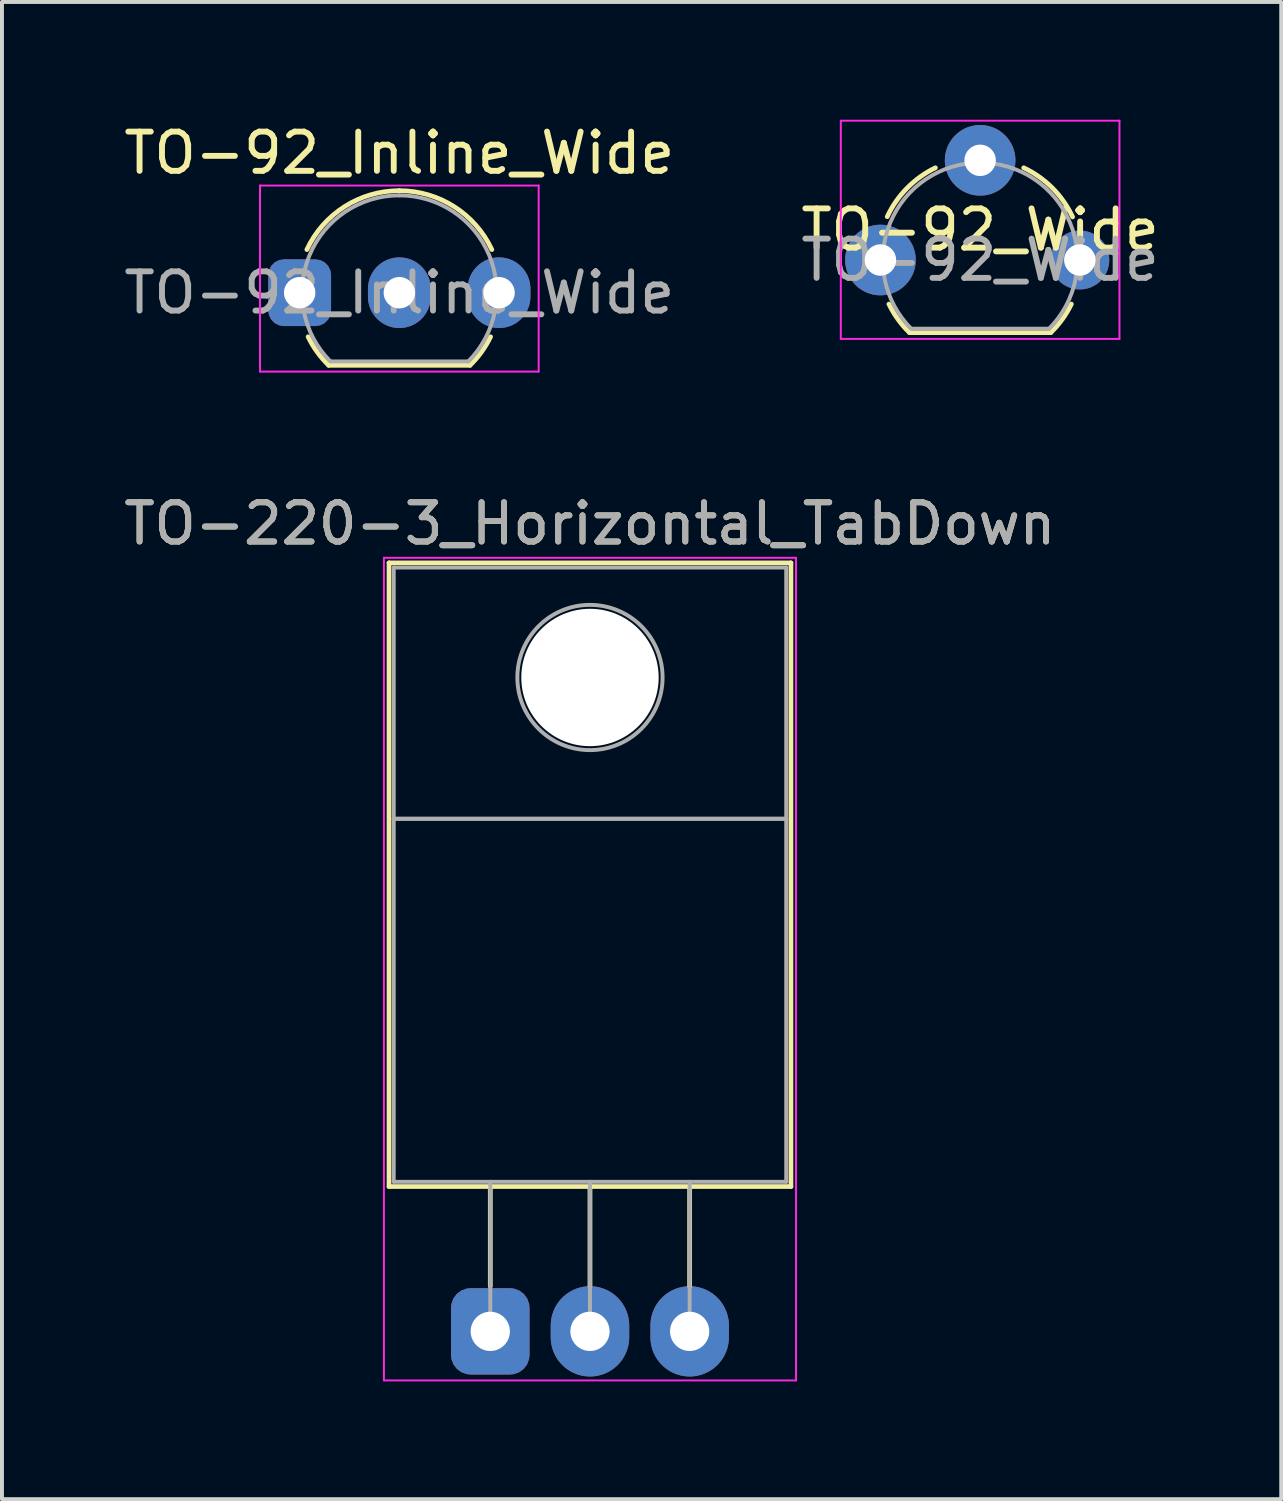
<source format=kicad_pcb>
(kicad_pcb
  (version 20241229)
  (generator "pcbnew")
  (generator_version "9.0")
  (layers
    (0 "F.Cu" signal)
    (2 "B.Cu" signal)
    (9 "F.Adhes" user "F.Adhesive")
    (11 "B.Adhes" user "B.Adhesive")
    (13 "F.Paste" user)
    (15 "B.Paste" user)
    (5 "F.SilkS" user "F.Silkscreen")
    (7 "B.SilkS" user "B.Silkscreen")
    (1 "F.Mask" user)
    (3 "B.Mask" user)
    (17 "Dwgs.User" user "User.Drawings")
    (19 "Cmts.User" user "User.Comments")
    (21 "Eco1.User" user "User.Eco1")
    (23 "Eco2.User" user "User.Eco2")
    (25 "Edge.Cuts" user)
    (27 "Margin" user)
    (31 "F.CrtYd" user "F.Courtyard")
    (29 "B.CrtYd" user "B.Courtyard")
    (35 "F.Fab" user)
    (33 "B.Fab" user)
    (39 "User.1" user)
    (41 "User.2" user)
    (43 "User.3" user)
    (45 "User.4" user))
  (footprint "TO-92_Wide"
    (layer "F.Cu")
    (at 19.383 3.575)
    (property "Reference" "TO-92_Wide" (at 2.54 -0.77 180) (layer "F.SilkS") (effects (font (size 1 1) (thickness 0.15))))
    (attr through_hole)
    (fp_line (start 0.74 1.85) (end 4.34 1.85) (stroke (width 0.12) (type solid)) (layer "F.SilkS"))
    (fp_arc (start 0.172801 -1.103842) (mid 0.678995 -1.832692) (end 1.4 -2.35) (stroke (width 0.12) (type solid)) (layer "F.SilkS"))
    (fp_arc (start 0.74 1.85) (mid 0.446097 1.509328) (end 0.215816 1.122795) (stroke (width 0.12) (type solid)) (layer "F.SilkS"))
    (fp_arc (start 3.65 -2.35) (mid 4.382279 -1.833196) (end 4.895458 -1.098371) (stroke (width 0.12) (type solid)) (layer "F.SilkS"))
    (fp_arc (start 4.864184 1.122795) (mid 4.633903 1.509328) (end 4.34 1.85) (stroke (width 0.12) (type solid)) (layer "F.SilkS"))
    (fp_line (start -1.01 -3.55) (end -1.01 2.01) (stroke (width 0.05) (type solid)) (layer "F.CrtYd"))
    (fp_line (start -1.01 -3.55) (end 6.09 -3.55) (stroke (width 0.05) (type solid)) (layer "F.CrtYd"))
    (fp_line (start 6.09 2.01) (end -1.01 2.01) (stroke (width 0.05) (type solid)) (layer "F.CrtYd"))
    (fp_line (start 6.09 2.01) (end 6.09 -3.55) (stroke (width 0.05) (type solid)) (layer "F.CrtYd"))
    (fp_line (start 0.8 1.75) (end 4.3 1.75) (stroke (width 0.1) (type solid)) (layer "F.Fab"))
    (fp_arc (start 0.786375 1.753625) (mid 0.248779 -0.949055) (end 2.54 -2.48) (stroke (width 0.1) (type solid)) (layer "F.Fab"))
    (fp_arc (start 2.54 -2.48) (mid 4.831221 -0.949055) (end 4.293625 1.753625) (stroke (width 0.1) (type solid)) (layer "F.Fab"))
    (fp_text user "${REFERENCE}" (at 2.54 0 180) (layer "F.Fab") (effects (font (size 1 1) (thickness 0.15))))
    (pad "1" thru_hole circle (at 0 0) (size 1.8 1.8) (drill 0.8) (layers "*.Cu" "*.Mask"))
    (pad "2" thru_hole circle (at 2.54 -2.54) (size 1.8 1.8) (drill 0.8) (layers "*.Cu" "*.Mask"))
    (pad "3" thru_hole circle (at 5.08 0) (size 1.5 1.5) (drill 0.8) (layers "*.Cu" "*.Mask")))
  (footprint "TO-92_Inline_Wide"
    (layer "F.Cu")
    (at 4.585 4.408)
    (property "Reference" "TO-92_Inline_Wide" (at 2.54 -3.56 0) (layer "F.SilkS") (effects (font (size 1 1) (thickness 0.15))))
    (attr through_hole)
    (fp_line (start 0.74 1.85) (end 4.34 1.85) (stroke (width 0.12) (type solid)) (layer "F.SilkS"))
    (fp_arc (start 0.1836 -1.098807) (mid 1.143021 -2.192817) (end 2.54 -2.6) (stroke (width 0.12) (type solid)) (layer "F.SilkS"))
    (fp_arc (start 0.74 1.85) (mid 0.446097 1.509328) (end 0.215816 1.122795) (stroke (width 0.12) (type solid)) (layer "F.SilkS"))
    (fp_arc (start 2.54 -2.6) (mid 3.936979 -2.192818) (end 4.8964 -1.098807) (stroke (width 0.12) (type solid)) (layer "F.SilkS"))
    (fp_arc (start 4.864184 1.122795) (mid 4.633903 1.509328) (end 4.34 1.85) (stroke (width 0.12) (type solid)) (layer "F.SilkS"))
    (fp_line (start -1.01 -2.73) (end -1.01 2.01) (stroke (width 0.05) (type solid)) (layer "F.CrtYd"))
    (fp_line (start -1.01 -2.73) (end 6.09 -2.73) (stroke (width 0.05) (type solid)) (layer "F.CrtYd"))
    (fp_line (start 6.09 2.01) (end -1.01 2.01) (stroke (width 0.05) (type solid)) (layer "F.CrtYd"))
    (fp_line (start 6.09 2.01) (end 6.09 -2.73) (stroke (width 0.05) (type solid)) (layer "F.CrtYd"))
    (fp_line (start 0.8 1.75) (end 4.3 1.75) (stroke (width 0.1) (type solid)) (layer "F.Fab"))
    (fp_arc (start 0.786375 1.753625) (mid 0.248779 -0.949055) (end 2.54 -2.48) (stroke (width 0.1) (type solid)) (layer "F.Fab"))
    (fp_arc (start 2.54 -2.48) (mid 4.831221 -0.949055) (end 4.293625 1.753625) (stroke (width 0.1) (type solid)) (layer "F.Fab"))
    (fp_text user "${REFERENCE}" (at 2.54 0 0) (layer "F.Fab") (effects (font (size 1 1) (thickness 0.15))))
    (pad "1" thru_hole roundrect (at 0 0) (size 1.6 1.7) (drill 0.8) (layers "*.Cu" "*.Mask") (roundrect_rratio 0.25))
    (pad "2" thru_hole oval (at 2.54 0) (size 1.6 1.8) (drill 0.8) (layers "*.Cu" "*.Mask"))
    (pad "3" thru_hole oval (at 5.08 0) (size 1.6 1.8) (drill 0.8) (layers "*.Cu" "*.Mask")))
  (footprint "TO-220-3_Horizontal_TabDown"
    (layer "F.Cu")
    (at 9.442 30.872)
    (property "Reference" "TO-220-3_Horizontal_TabDown" (at 2.54 -20.58 0) (layer "F.SilkS") (effects (font (size 1 1) (thickness 0.15))))
    (attr through_hole)
    (fp_line (start -2.58 -19.58) (end -2.58 -3.69) (stroke (width 0.12) (type solid)) (layer "F.SilkS"))
    (fp_line (start -2.58 -19.58) (end 7.66 -19.58) (stroke (width 0.12) (type solid)) (layer "F.SilkS"))
    (fp_line (start -2.58 -3.69) (end 7.66 -3.69) (stroke (width 0.12) (type solid)) (layer "F.SilkS"))
    (fp_line (start 0 -3.69) (end 0 -1.15) (stroke (width 0.12) (type solid)) (layer "F.SilkS"))
    (fp_line (start 2.54 -3.69) (end 2.54 -1.15) (stroke (width 0.12) (type solid)) (layer "F.SilkS"))
    (fp_line (start 5.08 -3.69) (end 5.08 -1.15) (stroke (width 0.12) (type solid)) (layer "F.SilkS"))
    (fp_line (start 7.66 -19.58) (end 7.66 -3.69) (stroke (width 0.12) (type solid)) (layer "F.SilkS"))
    (fp_line (start -2.71 -19.71) (end -2.71 1.25) (stroke (width 0.05) (type solid)) (layer "F.CrtYd"))
    (fp_line (start -2.71 1.25) (end 7.79 1.25) (stroke (width 0.05) (type solid)) (layer "F.CrtYd"))
    (fp_line (start 7.79 -19.71) (end -2.71 -19.71) (stroke (width 0.05) (type solid)) (layer "F.CrtYd"))
    (fp_line (start 7.79 1.25) (end 7.79 -19.71) (stroke (width 0.05) (type solid)) (layer "F.CrtYd"))
    (fp_line (start -2.46 -19.46) (end 7.54 -19.46) (stroke (width 0.1) (type solid)) (layer "F.Fab"))
    (fp_line (start -2.46 -13.06) (end -2.46 -19.46) (stroke (width 0.1) (type solid)) (layer "F.Fab"))
    (fp_line (start -2.46 -13.06) (end 7.54 -13.06) (stroke (width 0.1) (type solid)) (layer "F.Fab"))
    (fp_line (start -2.46 -3.81) (end -2.46 -13.06) (stroke (width 0.1) (type solid)) (layer "F.Fab"))
    (fp_line (start 0 -3.81) (end 0 0) (stroke (width 0.1) (type solid)) (layer "F.Fab"))
    (fp_line (start 2.54 -3.81) (end 2.54 0) (stroke (width 0.1) (type solid)) (layer "F.Fab"))
    (fp_line (start 5.08 -3.81) (end 5.08 0) (stroke (width 0.1) (type solid)) (layer "F.Fab"))
    (fp_line (start 7.54 -19.46) (end 7.54 -13.06) (stroke (width 0.1) (type solid)) (layer "F.Fab"))
    (fp_line (start 7.54 -13.06) (end -2.46 -13.06) (stroke (width 0.1) (type solid)) (layer "F.Fab"))
    (fp_line (start 7.54 -13.06) (end 7.54 -3.81) (stroke (width 0.1) (type solid)) (layer "F.Fab"))
    (fp_line (start 7.54 -3.81) (end -2.46 -3.81) (stroke (width 0.1) (type solid)) (layer "F.Fab"))
    (fp_circle (center 2.54 -16.66) (end 4.39 -16.66) (stroke (width 0.1) (type solid)) (fill no) (layer "F.Fab"))
    (fp_text user "${REFERENCE}" (at 2.54 -20.58 0) (layer "F.Fab") (effects (font (size 1 1) (thickness 0.15))))
    (pad "" np_thru_hole oval (at 2.54 -16.66) (size 3.5 3.5) (drill 3.5) (layers "*.Cu" "*.Mask"))
    (pad "1" thru_hole roundrect (at 0 0) (size 2 2.2) (drill 1) (layers "*.Cu" "*.Mask") (roundrect_rratio 0.25))
    (pad "2" thru_hole oval (at 2.54 0) (size 2 2.3) (drill 1) (layers "*.Cu" "*.Mask"))
    (pad "3" thru_hole oval (at 5.08 0) (size 2 2.3) (drill 1) (layers "*.Cu" "*.Mask")))
  (gr_rect
    (start -3 -3)
    (end 29.595 35.147)
    (stroke (width 0.1) (type default))
    (fill no)
    (layer "Edge.Cuts")))
</source>
